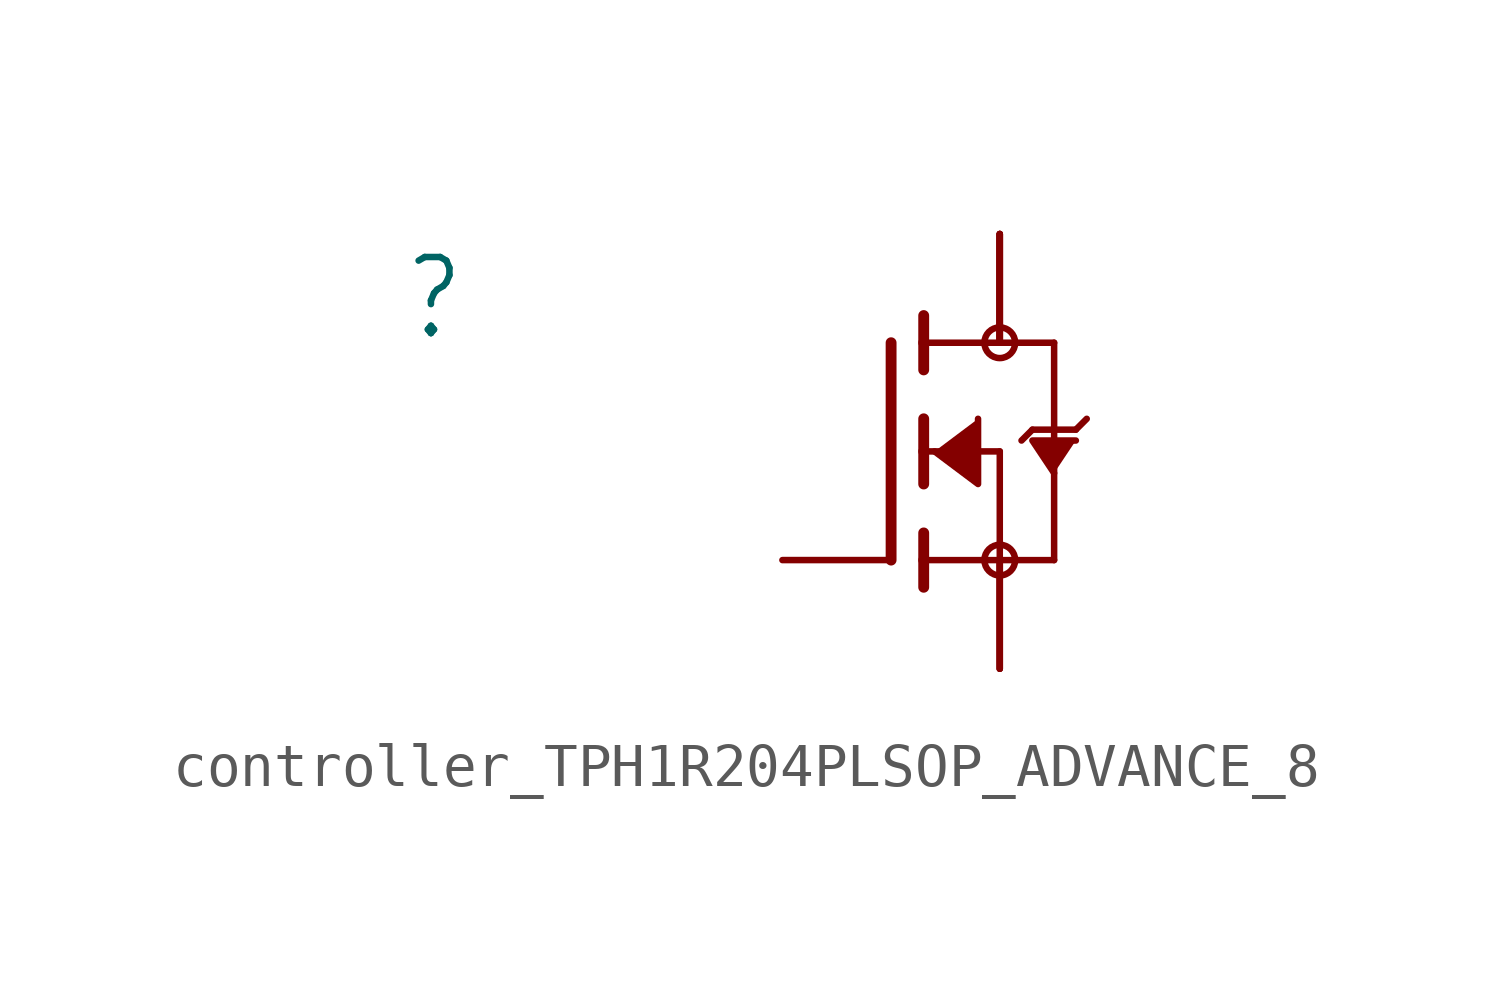
<source format=kicad_sym>
(kicad_symbol_lib
  (version 20241209)
  (generator "kicad_symbol_editor")
  (generator_version "9.0")
  (symbol "controller_TPH1R204PLSOP_ADVANCE_8"
    (property "Reference" ""
      (at -11.43 2.54 0)
      (effects (font (size 1.778 1.511)) (justify left bottom)))
    (property "Value" ""
      (at -11.43 0 0)
      (effects (font (size 1.778 1.511)) (justify left bottom)))
    (property "ki_locked" ""
      (at 0 0 0)
      (effects (font (size 1.27 1.27))))
    (symbol "controller_TPH1R204PLSOP_ADVANCE_8_1_0"
      (polyline (pts (xy 0 2.54) (xy 0 -2.54)) (stroke (width 0.254) (type solid)) (fill (type none)))
      (polyline (pts (xy 0.762 3.175) (xy 0.762 2.54)) (stroke (width 0.254) (type solid)) (fill (type none)))
      (polyline (pts (xy 0.762 2.54) (xy 0.762 1.905)) (stroke (width 0.254) (type solid)) (fill (type none)))
      (polyline (pts (xy 0.762 2.54) (xy 3.81 2.54)) (stroke (width 0.152) (type solid)) (fill (type none)))
      (polyline (pts (xy 0.762 0.762) (xy 0.762 0)) (stroke (width 0.254) (type solid)) (fill (type none)))
      (polyline (pts (xy 0.762 0) (xy 0.762 -0.762)) (stroke (width 0.254) (type solid)) (fill (type none)))
      (polyline (pts (xy 0.762 0) (xy 2.54 0)) (stroke (width 0.152) (type solid)) (fill (type none)))
      (polyline (pts (xy 0.762 -1.905) (xy 0.762 -2.54)) (stroke (width 0.254) (type solid)) (fill (type none)))
      (polyline (pts (xy 0.762 -2.54) (xy 0.762 -3.175)) (stroke (width 0.254) (type solid)) (fill (type none)))
      (polyline (pts (xy 1.016 0) (xy 2.032 -0.762) (xy 2.032 0.762)) (stroke (width 0.152) (type solid)) (fill (type outline)))
      (circle (center 2.54 2.54) (radius 0.359) (stroke (width 0) (type solid)) (fill (type none)))
      (polyline (pts (xy 2.54 0) (xy 2.54 -2.54)) (stroke (width 0.152) (type solid)) (fill (type none)))
      (polyline (pts (xy 2.54 -2.54) (xy 0.762 -2.54)) (stroke (width 0.152) (type solid)) (fill (type none)))
      (polyline (pts (xy 2.54 -2.54) (xy 3.81 -2.54)) (stroke (width 0.152) (type solid)) (fill (type none)))
      (circle (center 2.54 -2.54) (radius 0.359) (stroke (width 0) (type solid)) (fill (type none)))
      (polyline (pts (xy 3.302 0.508) (xy 3.048 0.254)) (stroke (width 0.152) (type solid)) (fill (type none)))
      (polyline (pts (xy 3.81 2.54) (xy 3.81 0.508)) (stroke (width 0.152) (type solid)) (fill (type none)))
      (polyline (pts (xy 3.81 0.508) (xy 3.302 0.508)) (stroke (width 0.152) (type solid)) (fill (type none)))
      (polyline (pts (xy 3.81 0.508) (xy 3.81 -2.54)) (stroke (width 0.152) (type solid)) (fill (type none)))
      (polyline (pts (xy 3.81 -0.508) (xy 3.302 0.254) (xy 4.318 0.254)) (stroke (width 0.152) (type solid)) (fill (type outline)))
      (polyline (pts (xy 4.318 0.508) (xy 3.81 0.508)) (stroke (width 0.152) (type solid)) (fill (type none)))
      (polyline (pts (xy 4.572 0.762) (xy 4.318 0.508)) (stroke (width 0.152) (type solid)) (fill (type none)))
      (pin passive line (at -2.54 -2.54 0) (length 2.54) (name "G" (effects (font (size 0 0)))) (number "4" (effects (font (size 0 0)))))
      (pin passive line (at 2.54 5.08 270) (length 2.54) (name "D" (effects (font (size 0 0)))) (number "5" (effects (font (size 0 0)))))
      (pin passive line (at 2.54 5.08 270) (length 2.54) (name "D" (effects (font (size 0 0)))) (number "6" (effects (font (size 0 0)))))
      (pin passive line (at 2.54 5.08 270) (length 2.54) (name "D" (effects (font (size 0 0)))) (number "7" (effects (font (size 0 0)))))
      (pin passive line (at 2.54 5.08 270) (length 2.54) (name "D" (effects (font (size 0 0)))) (number "8" (effects (font (size 0 0)))))
      (pin passive line (at 2.54 5.08 270) (length 2.54) (name "D" (effects (font (size 0 0)))) (number "PAD" (effects (font (size 0 0)))))
      (pin passive line (at 2.54 -5.08 90) (length 2.54) (name "S" (effects (font (size 0 0)))) (number "1" (effects (font (size 0 0)))))
      (pin passive line (at 2.54 -5.08 90) (length 2.54) (name "S" (effects (font (size 0 0)))) (number "2" (effects (font (size 0 0)))))
      (pin passive line (at 2.54 -5.08 90) (length 2.54) (name "S" (effects (font (size 0 0)))) (number "3" (effects (font (size 0 0))))))))
</source>
